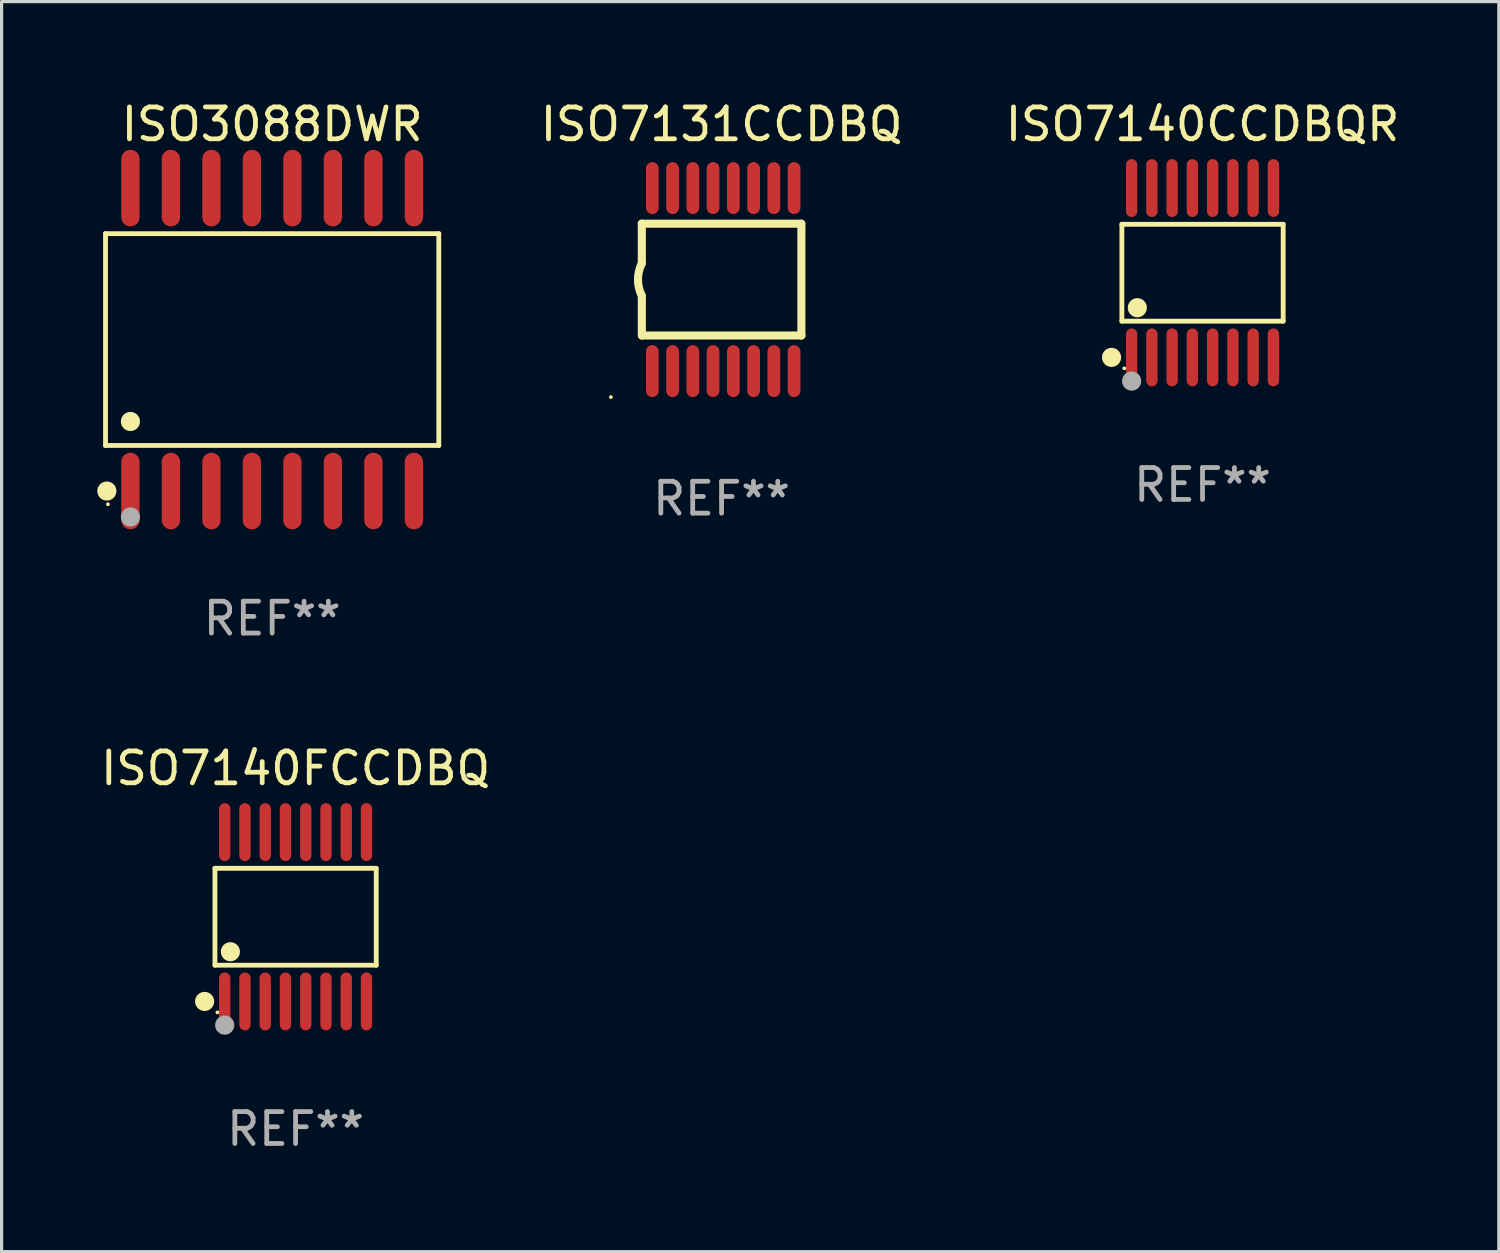
<source format=kicad_pcb>
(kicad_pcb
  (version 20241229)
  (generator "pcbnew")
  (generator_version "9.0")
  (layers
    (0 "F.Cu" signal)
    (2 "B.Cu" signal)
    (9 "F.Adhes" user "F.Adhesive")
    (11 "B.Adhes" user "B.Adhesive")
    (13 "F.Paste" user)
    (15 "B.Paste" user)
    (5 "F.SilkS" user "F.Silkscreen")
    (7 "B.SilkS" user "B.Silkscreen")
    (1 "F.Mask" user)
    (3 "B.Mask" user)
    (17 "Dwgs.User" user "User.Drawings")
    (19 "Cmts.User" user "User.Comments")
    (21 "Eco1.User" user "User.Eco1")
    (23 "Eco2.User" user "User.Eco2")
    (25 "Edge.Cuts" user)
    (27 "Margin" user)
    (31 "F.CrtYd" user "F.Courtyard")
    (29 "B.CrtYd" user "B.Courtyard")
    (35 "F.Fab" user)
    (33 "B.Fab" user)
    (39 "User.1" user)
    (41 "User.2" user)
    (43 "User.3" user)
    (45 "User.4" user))
  (footprint "ISO7140FCCDBQ"
    (layer "F.Cu")
    (at 6.22 25.7)
    (property "Reference" "ISO7140FCCDBQ" (at 0 -4.655 0) (layer "F.SilkS") (effects (font (size 1 1) (thickness 0.15))))
    (attr through_hole)
    (fp_line (start -2.529 -1.519) (end 2.529 -1.519) (stroke (width 0.152) (type solid)) (layer "F.SilkS"))
    (fp_line (start -2.529 1.519) (end -2.529 -1.519) (stroke (width 0.152) (type solid)) (layer "F.SilkS"))
    (fp_line (start 2.529 -1.519) (end 2.529 1.519) (stroke (width 0.152) (type solid)) (layer "F.SilkS"))
    (fp_line (start 2.529 1.519) (end -2.529 1.519) (stroke (width 0.152) (type solid)) (layer "F.SilkS"))
    (fp_circle (center -2.853 2.655) (end -2.703 2.655) (stroke (width 0.3) (type solid)) (fill no) (layer "F.SilkS"))
    (fp_circle (center -2.453 2.998) (end -2.423 2.998) (stroke (width 0.06) (type solid)) (fill no) (layer "F.SilkS"))
    (fp_circle (center -2.045 1.097) (end -1.895 1.097) (stroke (width 0.3) (type solid)) (fill no) (layer "F.SilkS"))
    (fp_circle (center -2.223 3.398) (end -2.072 3.398) (stroke (width 0.3) (type solid)) (fill no) (layer "F.Fab"))
    (fp_text user "REF**" (at 0 6.655 0) (layer "F.Fab") (effects (font (size 1 1) (thickness 0.15))))
    (pad "1" smd oval (at -2.223 2.655) (size 0.356 1.815) (layers "F.Cu" "F.Mask" "F.Paste"))
    (pad "2" smd oval (at -1.588 2.655) (size 0.356 1.815) (layers "F.Cu" "F.Mask" "F.Paste"))
    (pad "3" smd oval (at -0.953 2.655) (size 0.356 1.815) (layers "F.Cu" "F.Mask" "F.Paste"))
    (pad "4" smd oval (at -0.318 2.655) (size 0.356 1.815) (layers "F.Cu" "F.Mask" "F.Paste"))
    (pad "5" smd oval (at 0.318 2.655) (size 0.356 1.815) (layers "F.Cu" "F.Mask" "F.Paste"))
    (pad "6" smd oval (at 0.953 2.655) (size 0.356 1.815) (layers "F.Cu" "F.Mask" "F.Paste"))
    (pad "7" smd oval (at 1.588 2.655) (size 0.356 1.815) (layers "F.Cu" "F.Mask" "F.Paste"))
    (pad "8" smd oval (at 2.223 2.655) (size 0.356 1.815) (layers "F.Cu" "F.Mask" "F.Paste"))
    (pad "9" smd oval (at 2.223 -2.655) (size 0.356 1.815) (layers "F.Cu" "F.Mask" "F.Paste"))
    (pad "10" smd oval (at 1.588 -2.655) (size 0.356 1.815) (layers "F.Cu" "F.Mask" "F.Paste"))
    (pad "11" smd oval (at 0.953 -2.655) (size 0.356 1.815) (layers "F.Cu" "F.Mask" "F.Paste"))
    (pad "12" smd oval (at 0.318 -2.655) (size 0.356 1.815) (layers "F.Cu" "F.Mask" "F.Paste"))
    (pad "13" smd oval (at -0.318 -2.655) (size 0.356 1.815) (layers "F.Cu" "F.Mask" "F.Paste"))
    (pad "14" smd oval (at -0.953 -2.655) (size 0.356 1.815) (layers "F.Cu" "F.Mask" "F.Paste"))
    (pad "15" smd oval (at -1.588 -2.655) (size 0.356 1.815) (layers "F.Cu" "F.Mask" "F.Paste"))
    (pad "16" smd oval (at -2.223 -2.655) (size 0.356 1.815) (layers "F.Cu" "F.Mask" "F.Paste")))
  (footprint "ISO7140CCDBQR"
    (layer "F.Cu")
    (at 34.662 5.503)
    (property "Reference" "ISO7140CCDBQR" (at 0 -4.655 0) (layer "F.SilkS") (effects (font (size 1 1) (thickness 0.15))))
    (attr through_hole)
    (fp_line (start -2.529 -1.519) (end 2.529 -1.519) (stroke (width 0.152) (type solid)) (layer "F.SilkS"))
    (fp_line (start -2.529 1.519) (end -2.529 -1.519) (stroke (width 0.152) (type solid)) (layer "F.SilkS"))
    (fp_line (start 2.529 -1.519) (end 2.529 1.519) (stroke (width 0.152) (type solid)) (layer "F.SilkS"))
    (fp_line (start 2.529 1.519) (end -2.529 1.519) (stroke (width 0.152) (type solid)) (layer "F.SilkS"))
    (fp_circle (center -2.853 2.655) (end -2.703 2.655) (stroke (width 0.3) (type solid)) (fill no) (layer "F.SilkS"))
    (fp_circle (center -2.453 2.998) (end -2.423 2.998) (stroke (width 0.06) (type solid)) (fill no) (layer "F.SilkS"))
    (fp_circle (center -2.045 1.097) (end -1.895 1.097) (stroke (width 0.3) (type solid)) (fill no) (layer "F.SilkS"))
    (fp_circle (center -2.223 3.398) (end -2.072 3.398) (stroke (width 0.3) (type solid)) (fill no) (layer "F.Fab"))
    (fp_text user "REF**" (at 0 6.655 0) (layer "F.Fab") (effects (font (size 1 1) (thickness 0.15))))
    (pad "1" smd oval (at -2.223 2.655) (size 0.356 1.815) (layers "F.Cu" "F.Mask" "F.Paste"))
    (pad "2" smd oval (at -1.588 2.655) (size 0.356 1.815) (layers "F.Cu" "F.Mask" "F.Paste"))
    (pad "3" smd oval (at -0.953 2.655) (size 0.356 1.815) (layers "F.Cu" "F.Mask" "F.Paste"))
    (pad "4" smd oval (at -0.318 2.655) (size 0.356 1.815) (layers "F.Cu" "F.Mask" "F.Paste"))
    (pad "5" smd oval (at 0.318 2.655) (size 0.356 1.815) (layers "F.Cu" "F.Mask" "F.Paste"))
    (pad "6" smd oval (at 0.953 2.655) (size 0.356 1.815) (layers "F.Cu" "F.Mask" "F.Paste"))
    (pad "7" smd oval (at 1.588 2.655) (size 0.356 1.815) (layers "F.Cu" "F.Mask" "F.Paste"))
    (pad "8" smd oval (at 2.223 2.655) (size 0.356 1.815) (layers "F.Cu" "F.Mask" "F.Paste"))
    (pad "9" smd oval (at 2.223 -2.655) (size 0.356 1.815) (layers "F.Cu" "F.Mask" "F.Paste"))
    (pad "10" smd oval (at 1.588 -2.655) (size 0.356 1.815) (layers "F.Cu" "F.Mask" "F.Paste"))
    (pad "11" smd oval (at 0.953 -2.655) (size 0.356 1.815) (layers "F.Cu" "F.Mask" "F.Paste"))
    (pad "12" smd oval (at 0.318 -2.655) (size 0.356 1.815) (layers "F.Cu" "F.Mask" "F.Paste"))
    (pad "13" smd oval (at -0.318 -2.655) (size 0.356 1.815) (layers "F.Cu" "F.Mask" "F.Paste"))
    (pad "14" smd oval (at -0.953 -2.655) (size 0.356 1.815) (layers "F.Cu" "F.Mask" "F.Paste"))
    (pad "15" smd oval (at -1.588 -2.655) (size 0.356 1.815) (layers "F.Cu" "F.Mask" "F.Paste"))
    (pad "16" smd oval (at -2.223 -2.655) (size 0.356 1.815) (layers "F.Cu" "F.Mask" "F.Paste")))
  (footprint "ISO7131CCDBQ"
    (layer "F.Cu")
    (at 19.579 5.718)
    (property "Reference" "ISO7131CCDBQ" (at 0 -4.87 0) (layer "F.SilkS") (effects (font (size 1 1) (thickness 0.15))))
    (attr through_hole)
    (fp_line (start -2.503 -1.753) (end 2.497 -1.753) (stroke (width 0.254) (type solid)) (layer "F.SilkS"))
    (fp_line (start -2.501 -0.508) (end -2.501 -1.753) (stroke (width 0.254) (type solid)) (layer "F.SilkS"))
    (fp_line (start -2.501 1.753) (end -2.501 0.508) (stroke (width 0.254) (type solid)) (layer "F.SilkS"))
    (fp_line (start -2.497 1.753) (end 2.503 1.753) (stroke (width 0.254) (type solid)) (layer "F.SilkS"))
    (fp_line (start 2.503 1.753) (end 2.503 -1.753) (stroke (width 0.254) (type solid)) (layer "F.SilkS"))
    (fp_arc (start -2.50127 0.508001) (mid -2.621193 0) (end -2.50127 -0.508001) (stroke (width 0.254001) (type solid)) (layer "F.SilkS"))
    (fp_circle (center -3.471 3.685) (end -3.441 3.685) (stroke (width 0.06) (type solid)) (fill no) (layer "F.SilkS"))
    (fp_text user "REF**" (at 0 6.87 0) (layer "F.Fab") (effects (font (size 1 1) (thickness 0.15))))
    (pad "1" smd oval (at -2.171 2.87 90) (size 1.63 0.4) (layers "F.Cu" "F.Mask" "F.Paste"))
    (pad "2" smd oval (at -1.536 2.87 90) (size 1.63 0.4) (layers "F.Cu" "F.Mask" "F.Paste"))
    (pad "3" smd oval (at -0.901 2.87 90) (size 1.63 0.4) (layers "F.Cu" "F.Mask" "F.Paste"))
    (pad "4" smd oval (at -0.266 2.87 90) (size 1.63 0.4) (layers "F.Cu" "F.Mask" "F.Paste"))
    (pad "5" smd oval (at 0.369 2.87 90) (size 1.63 0.4) (layers "F.Cu" "F.Mask" "F.Paste"))
    (pad "6" smd oval (at 1.004 2.87 90) (size 1.63 0.4) (layers "F.Cu" "F.Mask" "F.Paste"))
    (pad "7" smd oval (at 1.639 2.87 90) (size 1.63 0.4) (layers "F.Cu" "F.Mask" "F.Paste"))
    (pad "8" smd oval (at 2.274 2.87 90) (size 1.63 0.4) (layers "F.Cu" "F.Mask" "F.Paste"))
    (pad "9" smd oval (at 2.274 -2.87 270) (size 1.63 0.4) (layers "F.Cu" "F.Mask" "F.Paste"))
    (pad "10" smd oval (at 1.639 -2.87 270) (size 1.63 0.4) (layers "F.Cu" "F.Mask" "F.Paste"))
    (pad "11" smd oval (at 1.004 -2.87 270) (size 1.63 0.4) (layers "F.Cu" "F.Mask" "F.Paste"))
    (pad "12" smd oval (at 0.369 -2.87 270) (size 1.63 0.4) (layers "F.Cu" "F.Mask" "F.Paste"))
    (pad "13" smd oval (at -0.266 -2.87 270) (size 1.63 0.4) (layers "F.Cu" "F.Mask" "F.Paste"))
    (pad "14" smd oval (at -0.901 -2.87 270) (size 1.63 0.4) (layers "F.Cu" "F.Mask" "F.Paste"))
    (pad "15" smd oval (at -1.536 -2.87 270) (size 1.63 0.4) (layers "F.Cu" "F.Mask" "F.Paste"))
    (pad "16" smd oval (at -2.171 -2.87 270) (size 1.63 0.4) (layers "F.Cu" "F.Mask" "F.Paste")))
  (footprint "ISO3088DWR"
    (layer "F.Cu")
    (at 5.485 7.599)
    (property "Reference" "ISO3088DWR" (at 0 -6.75 0) (layer "F.SilkS") (effects (font (size 1 1) (thickness 0.15))))
    (attr through_hole)
    (fp_line (start -5.226 -3.321) (end 5.226 -3.321) (stroke (width 0.152) (type solid)) (layer "F.SilkS"))
    (fp_line (start -5.226 3.321) (end -5.226 -3.321) (stroke (width 0.152) (type solid)) (layer "F.SilkS"))
    (fp_line (start 5.226 -3.321) (end 5.226 3.321) (stroke (width 0.152) (type solid)) (layer "F.SilkS"))
    (fp_line (start 5.226 3.321) (end -5.226 3.321) (stroke (width 0.152) (type solid)) (layer "F.SilkS"))
    (fp_circle (center -5.184 4.75) (end -5.034 4.75) (stroke (width 0.3) (type solid)) (fill no) (layer "F.SilkS"))
    (fp_circle (center -5.15 5.163) (end -5.12 5.163) (stroke (width 0.06) (type solid)) (fill no) (layer "F.SilkS"))
    (fp_circle (center -4.445 2.569) (end -4.295 2.569) (stroke (width 0.3) (type solid)) (fill no) (layer "F.SilkS"))
    (fp_circle (center -4.445 5.563) (end -4.295 5.563) (stroke (width 0.3) (type solid)) (fill no) (layer "F.Fab"))
    (fp_text user "REF**" (at 0 8.75 0) (layer "F.Fab") (effects (font (size 1 1) (thickness 0.15))))
    (pad "1" smd oval (at -4.445 4.75) (size 0.574 2.401) (layers "F.Cu" "F.Mask" "F.Paste"))
    (pad "2" smd oval (at -3.175 4.75) (size 0.574 2.401) (layers "F.Cu" "F.Mask" "F.Paste"))
    (pad "3" smd oval (at -1.905 4.75) (size 0.574 2.401) (layers "F.Cu" "F.Mask" "F.Paste"))
    (pad "4" smd oval (at -0.635 4.75) (size 0.574 2.401) (layers "F.Cu" "F.Mask" "F.Paste"))
    (pad "5" smd oval (at 0.635 4.75) (size 0.574 2.401) (layers "F.Cu" "F.Mask" "F.Paste"))
    (pad "6" smd oval (at 1.905 4.75) (size 0.574 2.401) (layers "F.Cu" "F.Mask" "F.Paste"))
    (pad "7" smd oval (at 3.175 4.75) (size 0.574 2.401) (layers "F.Cu" "F.Mask" "F.Paste"))
    (pad "8" smd oval (at 4.445 4.75) (size 0.574 2.401) (layers "F.Cu" "F.Mask" "F.Paste"))
    (pad "9" smd oval (at 4.445 -4.75) (size 0.574 2.401) (layers "F.Cu" "F.Mask" "F.Paste"))
    (pad "10" smd oval (at 3.175 -4.75) (size 0.574 2.401) (layers "F.Cu" "F.Mask" "F.Paste"))
    (pad "11" smd oval (at 1.905 -4.75) (size 0.574 2.401) (layers "F.Cu" "F.Mask" "F.Paste"))
    (pad "12" smd oval (at 0.635 -4.75) (size 0.574 2.401) (layers "F.Cu" "F.Mask" "F.Paste"))
    (pad "13" smd oval (at -0.635 -4.75) (size 0.574 2.401) (layers "F.Cu" "F.Mask" "F.Paste"))
    (pad "14" smd oval (at -1.905 -4.75) (size 0.574 2.401) (layers "F.Cu" "F.Mask" "F.Paste"))
    (pad "15" smd oval (at -3.175 -4.75) (size 0.574 2.401) (layers "F.Cu" "F.Mask" "F.Paste"))
    (pad "16" smd oval (at -4.445 -4.75) (size 0.574 2.401) (layers "F.Cu" "F.Mask" "F.Paste")))
  (gr_rect
    (start -3 -3)
    (end 43.954 36.203)
    (stroke (width 0.1) (type default))
    (fill no)
    (layer "Edge.Cuts")))
</source>
